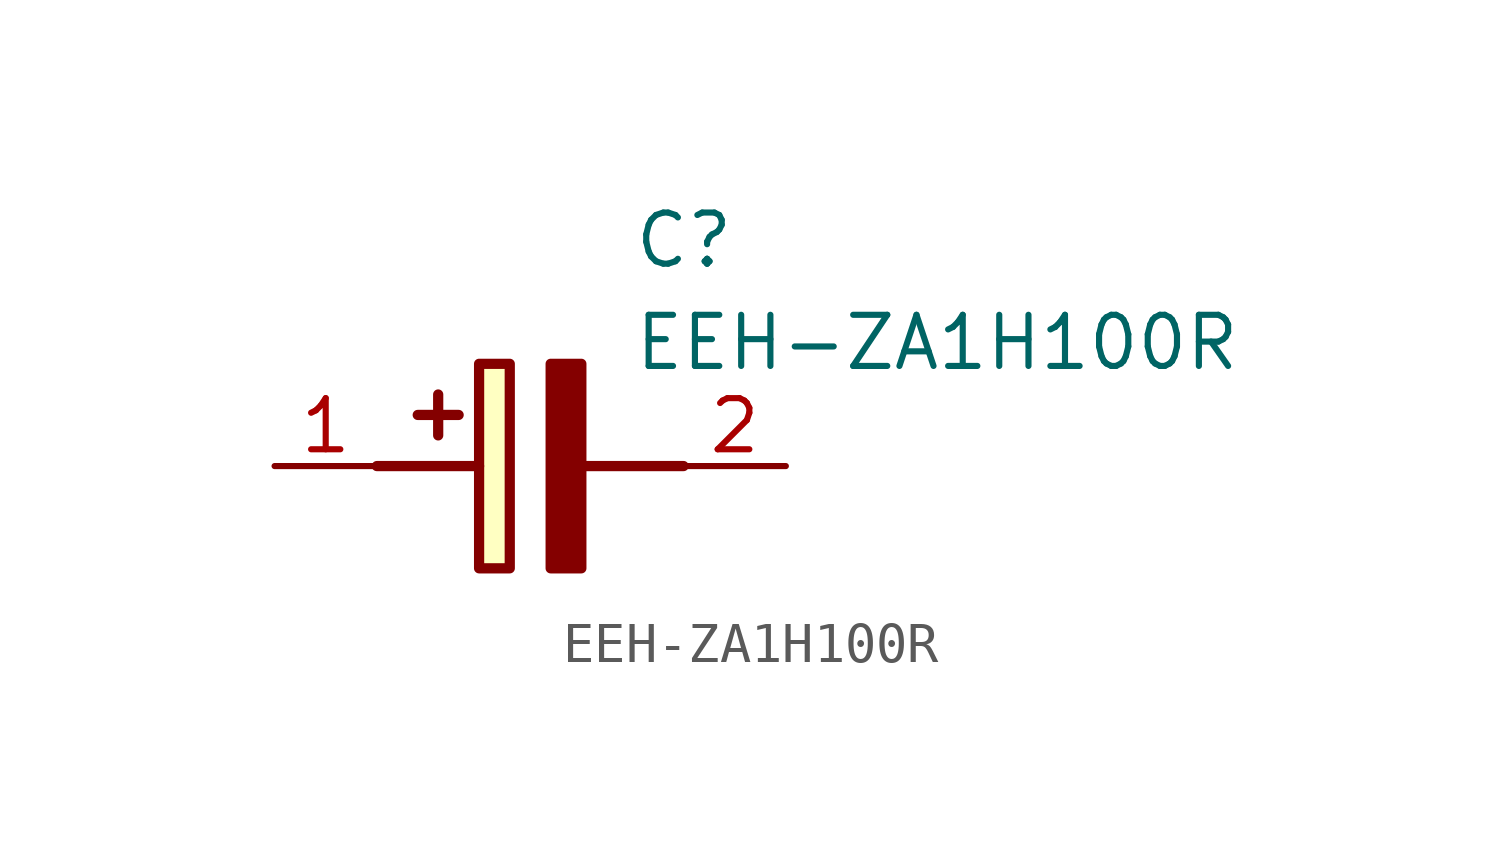
<source format=kicad_sym>
(kicad_symbol_lib
  (version 20220914)
  (generator SamacSys_ECAD_Model)
  (symbol "EEH-ZA1H100R"
    (pin_names hide)
    (property "Reference" "C"
      (at 8.89 6.35 0)
      (effects (font (size 1.27 1.27)) (justify left top)))
    (property "Value" "EEH-ZA1H100R"
      (at 8.89 3.81 0)
      (effects (font (size 1.27 1.27)) (justify left top)))
    (rectangle
      (start 5.08 2.54)
      (end 5.842 -2.54)
      (stroke (width 0.254) (type default))
      (fill (type background)))
    (polyline
      (pts (xy 4.572 1.27) (xy 3.556 1.27))
      (stroke (width 0.254) (type default))
      (fill (type none)))
    (polyline
      (pts (xy 4.064 1.778) (xy 4.064 0.762))
      (stroke (width 0.254) (type default))
      (fill (type none)))
    (polyline
      (pts (xy 2.54 0) (xy 5.08 0))
      (stroke (width 0.254) (type default))
      (fill (type none)))
    (polyline
      (pts (xy 7.62 0) (xy 10.16 0))
      (stroke (width 0.254) (type default))
      (fill (type none)))
    (polyline
      (pts (xy 7.62 2.54) (xy 7.62 -2.54) (xy 6.858 -2.54) (xy 6.858 2.54) (xy 7.62 2.54))
      (stroke (width 0.254) (type default))
      (fill (type outline)))
    (pin passive line
      (at 0 0 0)
      (length 2.54)
      (name "+" (effects (font (size 1.27 1.27))))
      (number "1" (effects (font (size 1.27 1.27)))))
    (pin passive line
      (at 12.7 0 180)
      (length 2.54)
      (name "-" (effects (font (size 1.27 1.27))))
      (number "2" (effects (font (size 1.27 1.27)))))))
</source>
